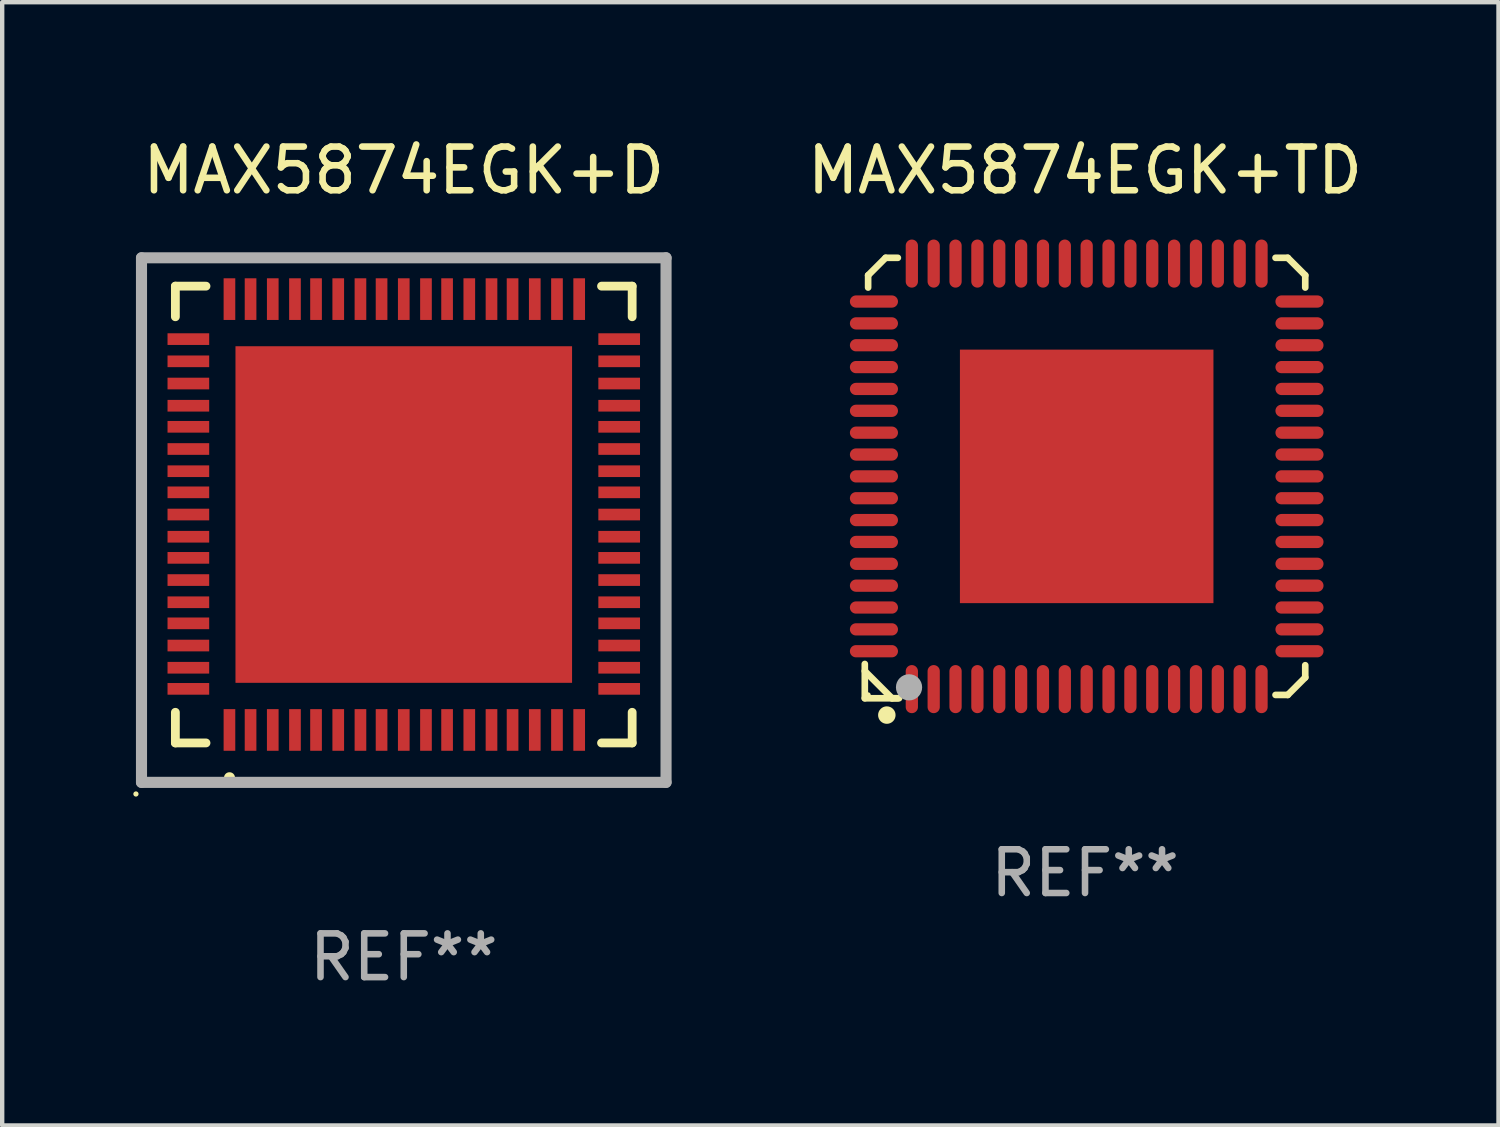
<source format=kicad_pcb>
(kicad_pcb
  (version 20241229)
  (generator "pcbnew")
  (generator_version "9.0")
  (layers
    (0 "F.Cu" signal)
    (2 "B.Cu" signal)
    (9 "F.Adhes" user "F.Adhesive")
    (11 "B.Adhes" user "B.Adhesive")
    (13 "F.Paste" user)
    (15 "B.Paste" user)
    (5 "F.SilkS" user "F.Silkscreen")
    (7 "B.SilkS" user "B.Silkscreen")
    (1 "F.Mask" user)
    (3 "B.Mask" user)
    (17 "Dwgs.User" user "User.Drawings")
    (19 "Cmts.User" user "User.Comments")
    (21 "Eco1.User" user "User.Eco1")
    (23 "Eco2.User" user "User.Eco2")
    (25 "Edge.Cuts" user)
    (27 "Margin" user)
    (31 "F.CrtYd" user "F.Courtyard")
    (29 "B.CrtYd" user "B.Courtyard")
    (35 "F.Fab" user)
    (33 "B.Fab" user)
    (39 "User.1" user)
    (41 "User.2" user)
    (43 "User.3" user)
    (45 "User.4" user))
  (footprint "MAX5874EGK+D"
    (layer "F.Cu")
    (at 6.187 8.848)
    (property "Reference" "MAX5874EGK+D" (at 0 -8 0) (layer "F.SilkS") (effects (font (size 1 1) (thickness 0.15))))
    (attr through_hole)
    (fp_line (start -5.225 -5.352) (end -4.524 -5.352) (stroke (width 0.201) (type solid)) (layer "F.SilkS"))
    (fp_line (start -5.225 -4.651) (end -5.225 -5.352) (stroke (width 0.201) (type solid)) (layer "F.SilkS"))
    (fp_line (start -5.225 5.098) (end -5.225 4.397) (stroke (width 0.201) (type solid)) (layer "F.SilkS"))
    (fp_line (start -4.524 5.098) (end -5.225 5.098) (stroke (width 0.201) (type solid)) (layer "F.SilkS"))
    (fp_line (start 5.225 -5.352) (end 4.524 -5.352) (stroke (width 0.201) (type solid)) (layer "F.SilkS"))
    (fp_line (start 5.225 -4.651) (end 5.225 -5.352) (stroke (width 0.201) (type solid)) (layer "F.SilkS"))
    (fp_line (start 5.225 4.397) (end 5.225 5.098) (stroke (width 0.201) (type solid)) (layer "F.SilkS"))
    (fp_line (start 5.225 5.098) (end 4.524 5.098) (stroke (width 0.201) (type solid)) (layer "F.SilkS"))
    (fp_arc (start -3.987808 5.892812) (mid -3.986538 5.892806) (end -3.985268 5.892812) (stroke (width 0.24892) (type solid)) (layer "F.SilkS"))
    (fp_circle (center -6.127 6.266) (end -6.097 6.266) (stroke (width 0.06) (type solid)) (fill no) (layer "F.SilkS"))
    (fp_line (start -6 -6) (end 6 -6) (stroke (width 0.254) (type solid)) (layer "F.Fab"))
    (fp_line (start -6 6) (end -6 -6) (stroke (width 0.254) (type solid)) (layer "F.Fab"))
    (fp_line (start 6 -6) (end 6 6) (stroke (width 0.254) (type solid)) (layer "F.Fab"))
    (fp_line (start 6 6) (end -6 6) (stroke (width 0.254) (type solid)) (layer "F.Fab"))
    (fp_text user "REF**" (at 0 10 0) (layer "F.Fab") (effects (font (size 1 1) (thickness 0.15))))
    (pad "1" smd rect (at -3.988 4.801 180) (size 0.267 0.953) (layers "F.Cu" "F.Mask" "F.Paste"))
    (pad "2" smd rect (at -3.505 4.801 180) (size 0.267 0.953) (layers "F.Cu" "F.Mask" "F.Paste"))
    (pad "3" smd rect (at -2.997 4.801 180) (size 0.267 0.953) (layers "F.Cu" "F.Mask" "F.Paste"))
    (pad "4" smd rect (at -2.489 4.801 180) (size 0.267 0.953) (layers "F.Cu" "F.Mask" "F.Paste"))
    (pad "5" smd rect (at -2.007 4.801 180) (size 0.267 0.953) (layers "F.Cu" "F.Mask" "F.Paste"))
    (pad "6" smd rect (at -1.499 4.801 180) (size 0.267 0.953) (layers "F.Cu" "F.Mask" "F.Paste"))
    (pad "7" smd rect (at -0.991 4.801 180) (size 0.267 0.953) (layers "F.Cu" "F.Mask" "F.Paste"))
    (pad "8" smd rect (at -0.508 4.801 180) (size 0.267 0.953) (layers "F.Cu" "F.Mask" "F.Paste"))
    (pad "9" smd rect (at 0 4.801 180) (size 0.267 0.953) (layers "F.Cu" "F.Mask" "F.Paste"))
    (pad "10" smd rect (at 0.508 4.801 180) (size 0.267 0.953) (layers "F.Cu" "F.Mask" "F.Paste"))
    (pad "11" smd rect (at 0.991 4.801 180) (size 0.267 0.953) (layers "F.Cu" "F.Mask" "F.Paste"))
    (pad "12" smd rect (at 1.499 4.801 180) (size 0.267 0.953) (layers "F.Cu" "F.Mask" "F.Paste"))
    (pad "13" smd rect (at 2.007 4.801 180) (size 0.267 0.953) (layers "F.Cu" "F.Mask" "F.Paste"))
    (pad "14" smd rect (at 2.489 4.801 180) (size 0.267 0.953) (layers "F.Cu" "F.Mask" "F.Paste"))
    (pad "15" smd rect (at 2.997 4.801 180) (size 0.267 0.953) (layers "F.Cu" "F.Mask" "F.Paste"))
    (pad "16" smd rect (at 3.505 4.801 180) (size 0.267 0.953) (layers "F.Cu" "F.Mask" "F.Paste"))
    (pad "17" smd rect (at 4.013 4.801 180) (size 0.267 0.953) (layers "F.Cu" "F.Mask" "F.Paste"))
    (pad "18" smd rect (at 4.928 3.861 90) (size 0.267 0.953) (layers "F.Cu" "F.Mask" "F.Paste"))
    (pad "19" smd rect (at 4.928 3.378 90) (size 0.267 0.953) (layers "F.Cu" "F.Mask" "F.Paste"))
    (pad "20" smd rect (at 4.928 2.87 90) (size 0.267 0.953) (layers "F.Cu" "F.Mask" "F.Paste"))
    (pad "21" smd rect (at 4.928 2.362 90) (size 0.267 0.953) (layers "F.Cu" "F.Mask" "F.Paste"))
    (pad "22" smd rect (at 4.928 1.88 90) (size 0.267 0.953) (layers "F.Cu" "F.Mask" "F.Paste"))
    (pad "23" smd rect (at 4.928 1.372 90) (size 0.267 0.953) (layers "F.Cu" "F.Mask" "F.Paste"))
    (pad "24" smd rect (at 4.928 0.864 90) (size 0.267 0.953) (layers "F.Cu" "F.Mask" "F.Paste"))
    (pad "25" smd rect (at 4.928 0.381 90) (size 0.267 0.953) (layers "F.Cu" "F.Mask" "F.Paste"))
    (pad "26" smd rect (at 4.928 -0.127 90) (size 0.267 0.953) (layers "F.Cu" "F.Mask" "F.Paste"))
    (pad "27" smd rect (at 4.928 -0.635 90) (size 0.267 0.953) (layers "F.Cu" "F.Mask" "F.Paste"))
    (pad "28" smd rect (at 4.928 -1.118 90) (size 0.267 0.953) (layers "F.Cu" "F.Mask" "F.Paste"))
    (pad "29" smd rect (at 4.928 -1.626 90) (size 0.267 0.953) (layers "F.Cu" "F.Mask" "F.Paste"))
    (pad "30" smd rect (at 4.928 -2.134 90) (size 0.267 0.953) (layers "F.Cu" "F.Mask" "F.Paste"))
    (pad "31" smd rect (at 4.928 -2.616 90) (size 0.267 0.953) (layers "F.Cu" "F.Mask" "F.Paste"))
    (pad "32" smd rect (at 4.928 -3.124 90) (size 0.267 0.953) (layers "F.Cu" "F.Mask" "F.Paste"))
    (pad "33" smd rect (at 4.928 -3.632 90) (size 0.267 0.953) (layers "F.Cu" "F.Mask" "F.Paste"))
    (pad "34" smd rect (at 4.928 -4.14 90) (size 0.267 0.953) (layers "F.Cu" "F.Mask" "F.Paste"))
    (pad "35" smd rect (at 4.013 -5.055 180) (size 0.267 0.953) (layers "F.Cu" "F.Mask" "F.Paste"))
    (pad "36" smd rect (at 3.505 -5.055 180) (size 0.267 0.953) (layers "F.Cu" "F.Mask" "F.Paste"))
    (pad "37" smd rect (at 2.997 -5.055 180) (size 0.267 0.953) (layers "F.Cu" "F.Mask" "F.Paste"))
    (pad "38" smd rect (at 2.489 -5.055 180) (size 0.267 0.953) (layers "F.Cu" "F.Mask" "F.Paste"))
    (pad "39" smd rect (at 2.007 -5.055 180) (size 0.267 0.953) (layers "F.Cu" "F.Mask" "F.Paste"))
    (pad "40" smd rect (at 1.499 -5.055 180) (size 0.267 0.953) (layers "F.Cu" "F.Mask" "F.Paste"))
    (pad "41" smd rect (at 0.991 -5.055 180) (size 0.267 0.953) (layers "F.Cu" "F.Mask" "F.Paste"))
    (pad "42" smd rect (at 0.508 -5.055 180) (size 0.267 0.953) (layers "F.Cu" "F.Mask" "F.Paste"))
    (pad "43" smd rect (at 0 -5.055 180) (size 0.267 0.953) (layers "F.Cu" "F.Mask" "F.Paste"))
    (pad "44" smd rect (at -0.508 -5.055 180) (size 0.267 0.953) (layers "F.Cu" "F.Mask" "F.Paste"))
    (pad "45" smd rect (at -0.991 -5.055 180) (size 0.267 0.953) (layers "F.Cu" "F.Mask" "F.Paste"))
    (pad "46" smd rect (at -1.499 -5.055 180) (size 0.267 0.953) (layers "F.Cu" "F.Mask" "F.Paste"))
    (pad "47" smd rect (at -2.007 -5.055 180) (size 0.267 0.953) (layers "F.Cu" "F.Mask" "F.Paste"))
    (pad "48" smd rect (at -2.489 -5.055 180) (size 0.267 0.953) (layers "F.Cu" "F.Mask" "F.Paste"))
    (pad "49" smd rect (at -2.997 -5.055 180) (size 0.267 0.953) (layers "F.Cu" "F.Mask" "F.Paste"))
    (pad "50" smd rect (at -3.505 -5.055 180) (size 0.267 0.953) (layers "F.Cu" "F.Mask" "F.Paste"))
    (pad "51" smd rect (at -3.988 -5.055 180) (size 0.267 0.953) (layers "F.Cu" "F.Mask" "F.Paste"))
    (pad "52" smd rect (at -4.928 -4.14 90) (size 0.267 0.953) (layers "F.Cu" "F.Mask" "F.Paste"))
    (pad "53" smd rect (at -4.928 -3.632 90) (size 0.267 0.953) (layers "F.Cu" "F.Mask" "F.Paste"))
    (pad "54" smd rect (at -4.928 -3.124 90) (size 0.267 0.953) (layers "F.Cu" "F.Mask" "F.Paste"))
    (pad "55" smd rect (at -4.928 -2.616 90) (size 0.267 0.953) (layers "F.Cu" "F.Mask" "F.Paste"))
    (pad "56" smd rect (at -4.928 -2.134 90) (size 0.267 0.953) (layers "F.Cu" "F.Mask" "F.Paste"))
    (pad "57" smd rect (at -4.928 -1.626 90) (size 0.267 0.953) (layers "F.Cu" "F.Mask" "F.Paste"))
    (pad "58" smd rect (at -4.928 -1.118 90) (size 0.267 0.953) (layers "F.Cu" "F.Mask" "F.Paste"))
    (pad "59" smd rect (at -4.928 -0.635 90) (size 0.267 0.953) (layers "F.Cu" "F.Mask" "F.Paste"))
    (pad "60" smd rect (at -4.928 -0.127 90) (size 0.267 0.953) (layers "F.Cu" "F.Mask" "F.Paste"))
    (pad "61" smd rect (at -4.928 0.381 90) (size 0.267 0.953) (layers "F.Cu" "F.Mask" "F.Paste"))
    (pad "62" smd rect (at -4.928 0.864 90) (size 0.267 0.953) (layers "F.Cu" "F.Mask" "F.Paste"))
    (pad "63" smd rect (at -4.928 1.372 90) (size 0.267 0.953) (layers "F.Cu" "F.Mask" "F.Paste"))
    (pad "64" smd rect (at -4.928 1.88 90) (size 0.267 0.953) (layers "F.Cu" "F.Mask" "F.Paste"))
    (pad "65" smd rect (at -4.928 2.362 90) (size 0.267 0.953) (layers "F.Cu" "F.Mask" "F.Paste"))
    (pad "66" smd rect (at -4.928 2.87 90) (size 0.267 0.953) (layers "F.Cu" "F.Mask" "F.Paste"))
    (pad "67" smd rect (at -4.928 3.378 90) (size 0.267 0.953) (layers "F.Cu" "F.Mask" "F.Paste"))
    (pad "68" smd rect (at -4.928 3.861 90) (size 0.267 0.953) (layers "F.Cu" "F.Mask" "F.Paste"))
    (pad "69" smd rect (at 0 -0.127 90) (size 7.7 7.7) (layers "F.Cu" "F.Mask" "F.Paste")))
  (footprint "MAX5874EGK+TD"
    (layer "F.Cu")
    (at 21.772 7.886)
    (property "Reference" "MAX5874EGK+TD" (at 0 -7.038 0) (layer "F.SilkS") (effects (font (size 1 1) (thickness 0.15))))
    (attr through_hole)
    (fp_line (start -5.038 5.038) (end -5.038 4.254) (stroke (width 0.152) (type solid)) (layer "F.SilkS"))
    (fp_line (start -4.962 -4.638) (end -4.562 -5.038) (stroke (width 0.152) (type solid)) (layer "F.SilkS"))
    (fp_line (start -4.962 -4.358) (end -4.962 -4.638) (stroke (width 0.152) (type solid)) (layer "F.SilkS"))
    (fp_line (start -4.562 -5.038) (end -4.282 -5.038) (stroke (width 0.152) (type solid)) (layer "F.SilkS"))
    (fp_line (start -4.416 5.038) (end -5.038 4.416) (stroke (width 0.152) (type solid)) (layer "F.SilkS"))
    (fp_line (start -4.282 5.038) (end -4.416 5.038) (stroke (width 0.152) (type solid)) (layer "F.SilkS"))
    (fp_line (start -4.254 5.038) (end -5.038 5.038) (stroke (width 0.152) (type solid)) (layer "F.SilkS"))
    (fp_line (start 4.358 -5.038) (end 4.638 -5.038) (stroke (width 0.152) (type solid)) (layer "F.SilkS"))
    (fp_line (start 4.638 -5.038) (end 5.038 -4.638) (stroke (width 0.152) (type solid)) (layer "F.SilkS"))
    (fp_line (start 4.638 4.962) (end 4.358 4.962) (stroke (width 0.152) (type solid)) (layer "F.SilkS"))
    (fp_line (start 5.038 -4.638) (end 5.038 -4.358) (stroke (width 0.152) (type solid)) (layer "F.SilkS"))
    (fp_line (start 5.038 4.282) (end 5.038 4.562) (stroke (width 0.152) (type solid)) (layer "F.SilkS"))
    (fp_line (start 5.038 4.562) (end 4.638 4.962) (stroke (width 0.152) (type solid)) (layer "F.SilkS"))
    (fp_circle (center -4.962 4.962) (end -4.932 4.962) (stroke (width 0.06) (type solid)) (fill no) (layer "F.SilkS"))
    (fp_circle (center -4.534 5.423) (end -4.434 5.423) (stroke (width 0.2) (type solid)) (fill no) (layer "F.SilkS"))
    (fp_circle (center -4.026 4.788) (end -3.876 4.788) (stroke (width 0.3) (type solid)) (fill no) (layer "F.Fab"))
    (fp_text user "REF**" (at 0 9.038 0) (layer "F.Fab") (effects (font (size 1 1) (thickness 0.15))))
    (pad "1" smd oval (at -3.962 4.829) (size 0.28 1.1) (layers "F.Cu" "F.Mask" "F.Paste"))
    (pad "2" smd oval (at -3.462 4.829) (size 0.28 1.1) (layers "F.Cu" "F.Mask" "F.Paste"))
    (pad "3" smd oval (at -2.962 4.829) (size 0.28 1.1) (layers "F.Cu" "F.Mask" "F.Paste"))
    (pad "4" smd oval (at -2.462 4.829) (size 0.28 1.1) (layers "F.Cu" "F.Mask" "F.Paste"))
    (pad "5" smd oval (at -1.962 4.829) (size 0.28 1.1) (layers "F.Cu" "F.Mask" "F.Paste"))
    (pad "6" smd oval (at -1.462 4.829) (size 0.28 1.1) (layers "F.Cu" "F.Mask" "F.Paste"))
    (pad "7" smd oval (at -0.962 4.829) (size 0.28 1.1) (layers "F.Cu" "F.Mask" "F.Paste"))
    (pad "8" smd oval (at -0.462 4.829) (size 0.28 1.1) (layers "F.Cu" "F.Mask" "F.Paste"))
    (pad "9" smd oval (at 0.038 4.829) (size 0.28 1.1) (layers "F.Cu" "F.Mask" "F.Paste"))
    (pad "10" smd oval (at 0.538 4.829) (size 0.28 1.1) (layers "F.Cu" "F.Mask" "F.Paste"))
    (pad "11" smd oval (at 1.038 4.829) (size 0.28 1.1) (layers "F.Cu" "F.Mask" "F.Paste"))
    (pad "12" smd oval (at 1.538 4.829) (size 0.28 1.1) (layers "F.Cu" "F.Mask" "F.Paste"))
    (pad "13" smd oval (at 2.038 4.829) (size 0.28 1.1) (layers "F.Cu" "F.Mask" "F.Paste"))
    (pad "14" smd oval (at 2.538 4.829) (size 0.28 1.1) (layers "F.Cu" "F.Mask" "F.Paste"))
    (pad "15" smd oval (at 3.038 4.829) (size 0.28 1.1) (layers "F.Cu" "F.Mask" "F.Paste"))
    (pad "16" smd oval (at 3.538 4.829) (size 0.28 1.1) (layers "F.Cu" "F.Mask" "F.Paste"))
    (pad "17" smd oval (at 4.038 4.829) (size 0.28 1.1) (layers "F.Cu" "F.Mask" "F.Paste"))
    (pad "18" smd oval (at 4.906 3.962) (size 1.1 0.28) (layers "F.Cu" "F.Mask" "F.Paste"))
    (pad "19" smd oval (at 4.906 3.462) (size 1.1 0.28) (layers "F.Cu" "F.Mask" "F.Paste"))
    (pad "20" smd oval (at 4.906 2.962) (size 1.1 0.28) (layers "F.Cu" "F.Mask" "F.Paste"))
    (pad "21" smd oval (at 4.906 2.462) (size 1.1 0.28) (layers "F.Cu" "F.Mask" "F.Paste"))
    (pad "22" smd oval (at 4.906 1.962) (size 1.1 0.28) (layers "F.Cu" "F.Mask" "F.Paste"))
    (pad "23" smd oval (at 4.906 1.462) (size 1.1 0.28) (layers "F.Cu" "F.Mask" "F.Paste"))
    (pad "24" smd oval (at 4.906 0.962) (size 1.1 0.28) (layers "F.Cu" "F.Mask" "F.Paste"))
    (pad "25" smd oval (at 4.906 0.462) (size 1.1 0.28) (layers "F.Cu" "F.Mask" "F.Paste"))
    (pad "26" smd oval (at 4.906 -0.038) (size 1.1 0.28) (layers "F.Cu" "F.Mask" "F.Paste"))
    (pad "27" smd oval (at 4.906 -0.538) (size 1.1 0.28) (layers "F.Cu" "F.Mask" "F.Paste"))
    (pad "28" smd oval (at 4.906 -1.038) (size 1.1 0.28) (layers "F.Cu" "F.Mask" "F.Paste"))
    (pad "29" smd oval (at 4.906 -1.538) (size 1.1 0.28) (layers "F.Cu" "F.Mask" "F.Paste"))
    (pad "30" smd oval (at 4.906 -2.038) (size 1.1 0.28) (layers "F.Cu" "F.Mask" "F.Paste"))
    (pad "31" smd oval (at 4.906 -2.538) (size 1.1 0.28) (layers "F.Cu" "F.Mask" "F.Paste"))
    (pad "32" smd oval (at 4.906 -3.038) (size 1.1 0.28) (layers "F.Cu" "F.Mask" "F.Paste"))
    (pad "33" smd oval (at 4.906 -3.538) (size 1.1 0.28) (layers "F.Cu" "F.Mask" "F.Paste"))
    (pad "34" smd oval (at 4.906 -4.038) (size 1.1 0.28) (layers "F.Cu" "F.Mask" "F.Paste"))
    (pad "35" smd oval (at 4.038 -4.906) (size 0.28 1.1) (layers "F.Cu" "F.Mask" "F.Paste"))
    (pad "36" smd oval (at 3.538 -4.906) (size 0.28 1.1) (layers "F.Cu" "F.Mask" "F.Paste"))
    (pad "37" smd oval (at 3.038 -4.906) (size 0.28 1.1) (layers "F.Cu" "F.Mask" "F.Paste"))
    (pad "38" smd oval (at 2.538 -4.906) (size 0.28 1.1) (layers "F.Cu" "F.Mask" "F.Paste"))
    (pad "39" smd oval (at 2.038 -4.906) (size 0.28 1.1) (layers "F.Cu" "F.Mask" "F.Paste"))
    (pad "40" smd oval (at 1.538 -4.906) (size 0.28 1.1) (layers "F.Cu" "F.Mask" "F.Paste"))
    (pad "41" smd oval (at 1.038 -4.906) (size 0.28 1.1) (layers "F.Cu" "F.Mask" "F.Paste"))
    (pad "42" smd oval (at 0.538 -4.906) (size 0.28 1.1) (layers "F.Cu" "F.Mask" "F.Paste"))
    (pad "43" smd oval (at 0.038 -4.906) (size 0.28 1.1) (layers "F.Cu" "F.Mask" "F.Paste"))
    (pad "44" smd oval (at -0.462 -4.906) (size 0.28 1.1) (layers "F.Cu" "F.Mask" "F.Paste"))
    (pad "45" smd oval (at -0.962 -4.906) (size 0.28 1.1) (layers "F.Cu" "F.Mask" "F.Paste"))
    (pad "46" smd oval (at -1.462 -4.906) (size 0.28 1.1) (layers "F.Cu" "F.Mask" "F.Paste"))
    (pad "47" smd oval (at -1.962 -4.906) (size 0.28 1.1) (layers "F.Cu" "F.Mask" "F.Paste"))
    (pad "48" smd oval (at -2.462 -4.906) (size 0.28 1.1) (layers "F.Cu" "F.Mask" "F.Paste"))
    (pad "49" smd oval (at -2.962 -4.906) (size 0.28 1.1) (layers "F.Cu" "F.Mask" "F.Paste"))
    (pad "50" smd oval (at -3.462 -4.906) (size 0.28 1.1) (layers "F.Cu" "F.Mask" "F.Paste"))
    (pad "51" smd oval (at -3.962 -4.906) (size 0.28 1.1) (layers "F.Cu" "F.Mask" "F.Paste"))
    (pad "52" smd oval (at -4.829 -4.038) (size 1.1 0.28) (layers "F.Cu" "F.Mask" "F.Paste"))
    (pad "53" smd oval (at -4.829 -3.538) (size 1.1 0.28) (layers "F.Cu" "F.Mask" "F.Paste"))
    (pad "54" smd oval (at -4.829 -3.038) (size 1.1 0.28) (layers "F.Cu" "F.Mask" "F.Paste"))
    (pad "55" smd oval (at -4.829 -2.538) (size 1.1 0.28) (layers "F.Cu" "F.Mask" "F.Paste"))
    (pad "56" smd oval (at -4.829 -2.038) (size 1.1 0.28) (layers "F.Cu" "F.Mask" "F.Paste"))
    (pad "57" smd oval (at -4.829 -1.538) (size 1.1 0.28) (layers "F.Cu" "F.Mask" "F.Paste"))
    (pad "58" smd oval (at -4.829 -1.038) (size 1.1 0.28) (layers "F.Cu" "F.Mask" "F.Paste"))
    (pad "59" smd oval (at -4.829 -0.538) (size 1.1 0.28) (layers "F.Cu" "F.Mask" "F.Paste"))
    (pad "60" smd oval (at -4.829 -0.038) (size 1.1 0.28) (layers "F.Cu" "F.Mask" "F.Paste"))
    (pad "61" smd oval (at -4.829 0.462) (size 1.1 0.28) (layers "F.Cu" "F.Mask" "F.Paste"))
    (pad "62" smd oval (at -4.829 0.962) (size 1.1 0.28) (layers "F.Cu" "F.Mask" "F.Paste"))
    (pad "63" smd oval (at -4.829 1.462) (size 1.1 0.28) (layers "F.Cu" "F.Mask" "F.Paste"))
    (pad "64" smd oval (at -4.829 1.962) (size 1.1 0.28) (layers "F.Cu" "F.Mask" "F.Paste"))
    (pad "65" smd oval (at -4.829 2.462) (size 1.1 0.28) (layers "F.Cu" "F.Mask" "F.Paste"))
    (pad "66" smd oval (at -4.829 2.962) (size 1.1 0.28) (layers "F.Cu" "F.Mask" "F.Paste"))
    (pad "67" smd oval (at -4.829 3.462) (size 1.1 0.28) (layers "F.Cu" "F.Mask" "F.Paste"))
    (pad "68" smd oval (at -4.829 3.962) (size 1.1 0.28) (layers "F.Cu" "F.Mask" "F.Paste"))
    (pad "69" smd rect (at 0.038 -0.038) (size 5.8 5.8) (layers "F.Cu" "F.Mask" "F.Paste")))
  (gr_rect
    (start -3 -3)
    (end 31.231 22.697)
    (stroke (width 0.1) (type default))
    (fill no)
    (layer "Edge.Cuts")))
</source>
